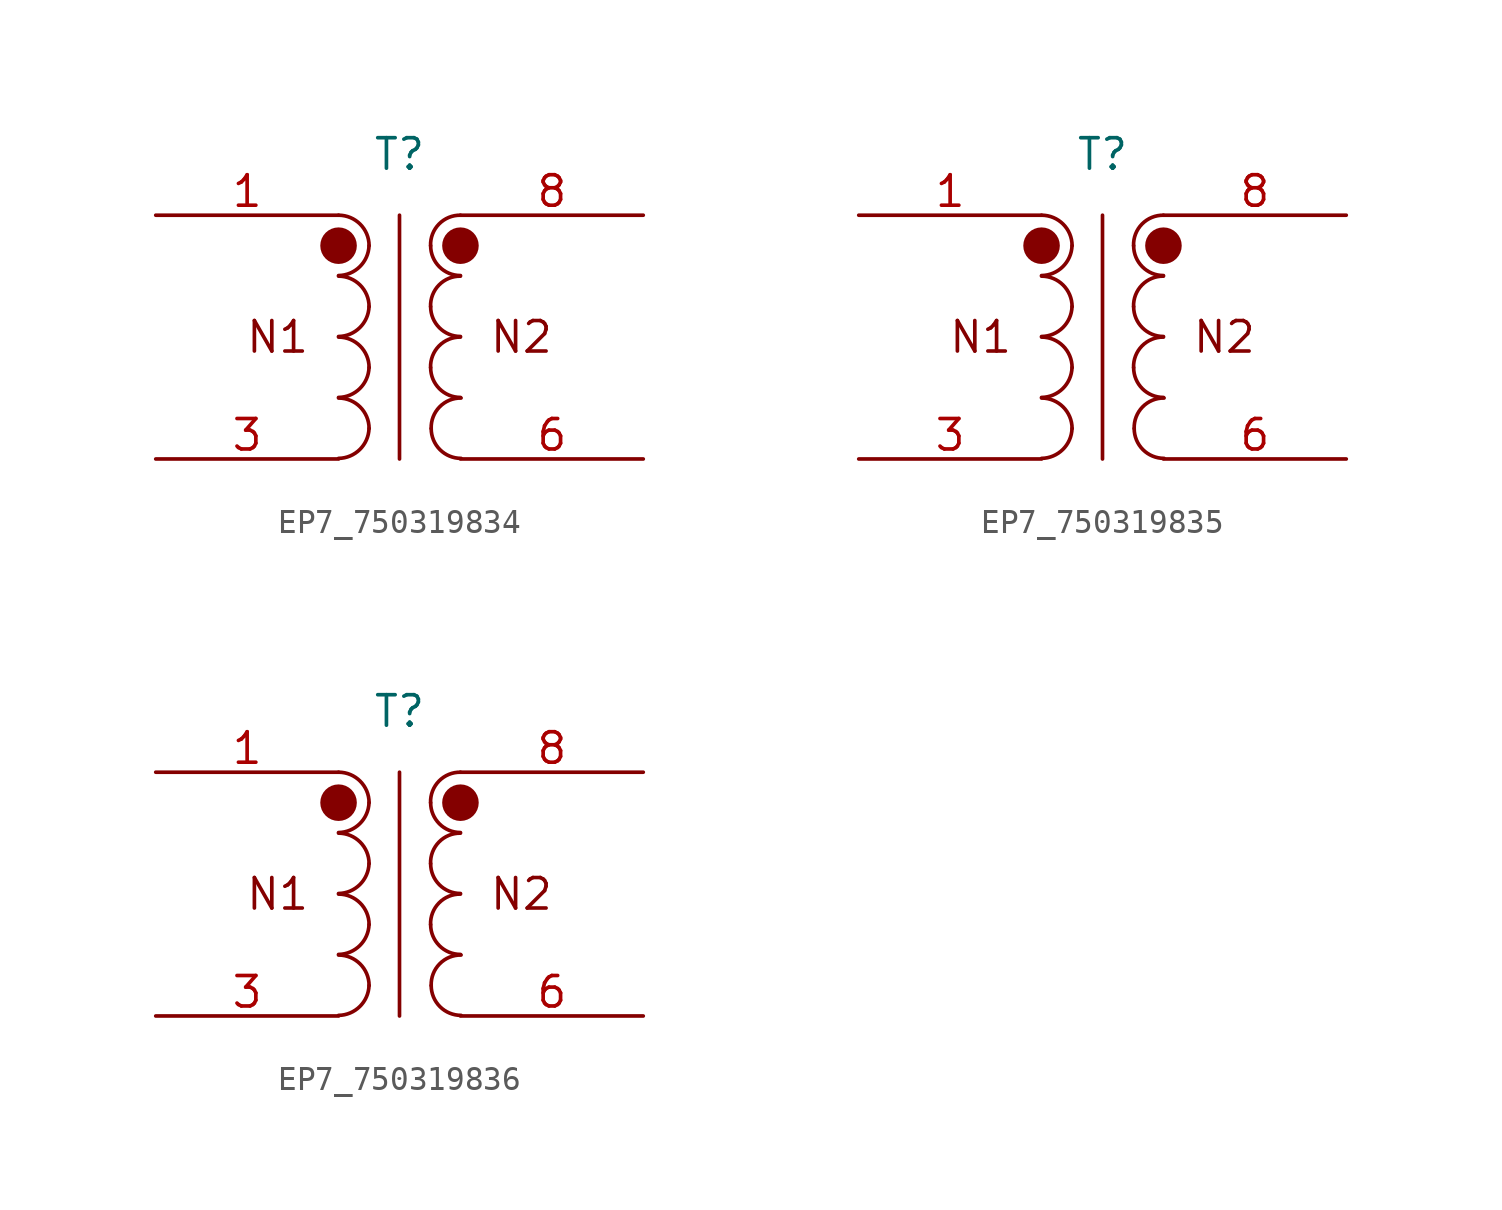
<source format=kicad_sym>
(kicad_symbol_lib
  (version 20220914)
  (generator kicad_symbol_editor)
  (symbol "EP7_750319834"
    (pin_names hide)
    (property "Reference" "T"
      (at 0 7.62 0)
      (effects (font (size 1.27 1.27))))
    (property "Critical Parameter" ""
      (at 0 -5.08 0)
      (effects (font (size 1.27 1.27))))
    (symbol "EP7_750319834_0_1"
      (arc (start -2.54 -5.0546) (mid -1.6599 -4.6901) (end -1.27 -3.81) (stroke (width 0) (type default)) (fill (type none)))
      (arc (start -2.54 -2.5146) (mid -1.6599 -2.1501) (end -1.27 -1.27) (stroke (width 0) (type default)) (fill (type none)))
      (arc (start -2.54 0.0254) (mid -1.6599 0.3899) (end -1.27 1.27) (stroke (width 0) (type default)) (fill (type none)))
      (arc (start -2.54 2.5654) (mid -1.6599 2.9299) (end -1.27 3.81) (stroke (width 0) (type default)) (fill (type none)))
      (arc (start -1.27 -3.81) (mid -1.642 -2.912) (end -2.54 -2.54) (stroke (width 0) (type default)) (fill (type none)))
      (arc (start -1.27 -1.27) (mid -1.642 -0.372) (end -2.54 0) (stroke (width 0) (type default)) (fill (type none)))
      (arc (start -1.27 1.27) (mid -1.642 2.168) (end -2.54 2.54) (stroke (width 0) (type default)) (fill (type none)))
      (arc (start -1.27 3.81) (mid -1.642 4.708) (end -2.54 5.08) (stroke (width 0) (type default)) (fill (type none)))
      (polyline (pts (xy 0 5.08) (xy 0 -5.08)) (stroke (width 0) (type default)) (fill (type none)))
      (arc (start 1.2954 -1.27) (mid 1.6599 -2.1501) (end 2.54 -2.5146) (stroke (width 0) (type default)) (fill (type none)))
      (arc (start 1.2954 1.27) (mid 1.6599 0.3899) (end 2.54 0.0254) (stroke (width 0) (type default)) (fill (type none)))
      (arc (start 1.2954 3.81) (mid 1.6599 2.9299) (end 2.54 2.5654) (stroke (width 0) (type default)) (fill (type none)))
      (arc (start 1.3208 -3.81) (mid 1.6853 -4.6901) (end 2.5654 -5.0546) (stroke (width 0) (type default)) (fill (type none)))
      (arc (start 2.54 0) (mid 1.642 -0.372) (end 1.2954 -1.27) (stroke (width 0) (type default)) (fill (type none)))
      (arc (start 2.54 2.54) (mid 1.642 2.168) (end 1.2954 1.27) (stroke (width 0) (type default)) (fill (type none)))
      (arc (start 2.54 5.08) (mid 1.642 4.708) (end 1.2954 3.81) (stroke (width 0) (type default)) (fill (type none)))
      (arc (start 2.5654 -2.54) (mid 1.6674 -2.912) (end 1.3208 -3.81) (stroke (width 0) (type default)) (fill (type none))))
    (symbol "EP7_750319834_1_1"
      (circle (center -2.54 3.81) (radius 0.0001) (stroke (width 0.762) (type default)) (fill (type none)))
      (circle (center 2.54 3.81) (radius 0.0001) (stroke (width 0.762) (type default)) (fill (type none)))
      (text "N1" (at -5.08 0 0) (effects (font (size 1.27 1.27))))
      (text "N2" (at 5.08 0 0) (effects (font (size 1.27 1.27))))
      (pin passive line (at -10.16 5.08 0) (length 7.62) (name "1" (effects (font (size 1.27 1.27)))) (number "1" (effects (font (size 1.27 1.27)))))
      (pin passive line (at -10.16 -5.08 0) (length 7.62) (name "3" (effects (font (size 1.27 1.27)))) (number "3" (effects (font (size 1.27 1.27)))))
      (pin passive line (at 10.16 -5.08 180) (length 7.62) (name "6" (effects (font (size 1.27 1.27)))) (number "6" (effects (font (size 1.27 1.27)))))
      (pin passive line (at 10.16 5.08 180) (length 7.62) (name "8" (effects (font (size 1.27 1.27)))) (number "8" (effects (font (size 1.27 1.27)))))))
  (symbol "EP7_750319835"
    (pin_names hide)
    (property "Reference" "T"
      (at 0 7.62 0)
      (effects (font (size 1.27 1.27))))
    (property "Critical Parameter" ""
      (at 0 -5.08 0)
      (effects (font (size 1.27 1.27))))
    (symbol "EP7_750319835_0_1"
      (arc (start -2.54 -5.0546) (mid -1.6599 -4.6901) (end -1.27 -3.81) (stroke (width 0) (type default)) (fill (type none)))
      (arc (start -2.54 -2.5146) (mid -1.6599 -2.1501) (end -1.27 -1.27) (stroke (width 0) (type default)) (fill (type none)))
      (arc (start -2.54 0.0254) (mid -1.6599 0.3899) (end -1.27 1.27) (stroke (width 0) (type default)) (fill (type none)))
      (arc (start -2.54 2.5654) (mid -1.6599 2.9299) (end -1.27 3.81) (stroke (width 0) (type default)) (fill (type none)))
      (arc (start -1.27 -3.81) (mid -1.642 -2.912) (end -2.54 -2.54) (stroke (width 0) (type default)) (fill (type none)))
      (arc (start -1.27 -1.27) (mid -1.642 -0.372) (end -2.54 0) (stroke (width 0) (type default)) (fill (type none)))
      (arc (start -1.27 1.27) (mid -1.642 2.168) (end -2.54 2.54) (stroke (width 0) (type default)) (fill (type none)))
      (arc (start -1.27 3.81) (mid -1.642 4.708) (end -2.54 5.08) (stroke (width 0) (type default)) (fill (type none)))
      (polyline (pts (xy 0 5.08) (xy 0 -5.08)) (stroke (width 0) (type default)) (fill (type none)))
      (arc (start 1.2954 -1.27) (mid 1.6599 -2.1501) (end 2.54 -2.5146) (stroke (width 0) (type default)) (fill (type none)))
      (arc (start 1.2954 1.27) (mid 1.6599 0.3899) (end 2.54 0.0254) (stroke (width 0) (type default)) (fill (type none)))
      (arc (start 1.2954 3.81) (mid 1.6599 2.9299) (end 2.54 2.5654) (stroke (width 0) (type default)) (fill (type none)))
      (arc (start 1.3208 -3.81) (mid 1.6853 -4.6901) (end 2.5654 -5.0546) (stroke (width 0) (type default)) (fill (type none)))
      (arc (start 2.54 0) (mid 1.642 -0.372) (end 1.2954 -1.27) (stroke (width 0) (type default)) (fill (type none)))
      (arc (start 2.54 2.54) (mid 1.642 2.168) (end 1.2954 1.27) (stroke (width 0) (type default)) (fill (type none)))
      (arc (start 2.54 5.08) (mid 1.642 4.708) (end 1.2954 3.81) (stroke (width 0) (type default)) (fill (type none)))
      (arc (start 2.5654 -2.54) (mid 1.6674 -2.912) (end 1.3208 -3.81) (stroke (width 0) (type default)) (fill (type none))))
    (symbol "EP7_750319835_1_1"
      (circle (center -2.54 3.81) (radius 0.0001) (stroke (width 0.762) (type default)) (fill (type none)))
      (circle (center 2.54 3.81) (radius 0.0001) (stroke (width 0.762) (type default)) (fill (type none)))
      (text "N1" (at -5.08 0 0) (effects (font (size 1.27 1.27))))
      (text "N2" (at 5.08 0 0) (effects (font (size 1.27 1.27))))
      (pin passive line (at -10.16 5.08 0) (length 7.62) (name "1" (effects (font (size 1.27 1.27)))) (number "1" (effects (font (size 1.27 1.27)))))
      (pin passive line (at -10.16 -5.08 0) (length 7.62) (name "3" (effects (font (size 1.27 1.27)))) (number "3" (effects (font (size 1.27 1.27)))))
      (pin passive line (at 10.16 -5.08 180) (length 7.62) (name "6" (effects (font (size 1.27 1.27)))) (number "6" (effects (font (size 1.27 1.27)))))
      (pin passive line (at 10.16 5.08 180) (length 7.62) (name "8" (effects (font (size 1.27 1.27)))) (number "8" (effects (font (size 1.27 1.27)))))))
  (symbol "EP7_750319836"
    (pin_names hide)
    (property "Reference" "T"
      (at 0 7.62 0)
      (effects (font (size 1.27 1.27))))
    (property "Critical Parameter" ""
      (at 0 -5.08 0)
      (effects (font (size 1.27 1.27))))
    (symbol "EP7_750319836_0_1"
      (arc (start -2.54 -5.0546) (mid -1.6599 -4.6901) (end -1.27 -3.81) (stroke (width 0) (type default)) (fill (type none)))
      (arc (start -2.54 -2.5146) (mid -1.6599 -2.1501) (end -1.27 -1.27) (stroke (width 0) (type default)) (fill (type none)))
      (arc (start -2.54 0.0254) (mid -1.6599 0.3899) (end -1.27 1.27) (stroke (width 0) (type default)) (fill (type none)))
      (arc (start -2.54 2.5654) (mid -1.6599 2.9299) (end -1.27 3.81) (stroke (width 0) (type default)) (fill (type none)))
      (arc (start -1.27 -3.81) (mid -1.642 -2.912) (end -2.54 -2.54) (stroke (width 0) (type default)) (fill (type none)))
      (arc (start -1.27 -1.27) (mid -1.642 -0.372) (end -2.54 0) (stroke (width 0) (type default)) (fill (type none)))
      (arc (start -1.27 1.27) (mid -1.642 2.168) (end -2.54 2.54) (stroke (width 0) (type default)) (fill (type none)))
      (arc (start -1.27 3.81) (mid -1.642 4.708) (end -2.54 5.08) (stroke (width 0) (type default)) (fill (type none)))
      (polyline (pts (xy 0 5.08) (xy 0 -5.08)) (stroke (width 0) (type default)) (fill (type none)))
      (arc (start 1.2954 -1.27) (mid 1.6599 -2.1501) (end 2.54 -2.5146) (stroke (width 0) (type default)) (fill (type none)))
      (arc (start 1.2954 1.27) (mid 1.6599 0.3899) (end 2.54 0.0254) (stroke (width 0) (type default)) (fill (type none)))
      (arc (start 1.2954 3.81) (mid 1.6599 2.9299) (end 2.54 2.5654) (stroke (width 0) (type default)) (fill (type none)))
      (arc (start 1.3208 -3.81) (mid 1.6853 -4.6901) (end 2.5654 -5.0546) (stroke (width 0) (type default)) (fill (type none)))
      (arc (start 2.54 0) (mid 1.642 -0.372) (end 1.2954 -1.27) (stroke (width 0) (type default)) (fill (type none)))
      (arc (start 2.54 2.54) (mid 1.642 2.168) (end 1.2954 1.27) (stroke (width 0) (type default)) (fill (type none)))
      (arc (start 2.54 5.08) (mid 1.642 4.708) (end 1.2954 3.81) (stroke (width 0) (type default)) (fill (type none)))
      (arc (start 2.5654 -2.54) (mid 1.6674 -2.912) (end 1.3208 -3.81) (stroke (width 0) (type default)) (fill (type none))))
    (symbol "EP7_750319836_1_1"
      (circle (center -2.54 3.81) (radius 0.0001) (stroke (width 0.762) (type default)) (fill (type none)))
      (circle (center 2.54 3.81) (radius 0.0001) (stroke (width 0.762) (type default)) (fill (type none)))
      (text "N1" (at -5.08 0 0) (effects (font (size 1.27 1.27))))
      (text "N2" (at 5.08 0 0) (effects (font (size 1.27 1.27))))
      (pin passive line (at -10.16 5.08 0) (length 7.62) (name "1" (effects (font (size 1.27 1.27)))) (number "1" (effects (font (size 1.27 1.27)))))
      (pin passive line (at -10.16 -5.08 0) (length 7.62) (name "3" (effects (font (size 1.27 1.27)))) (number "3" (effects (font (size 1.27 1.27)))))
      (pin passive line (at 10.16 -5.08 180) (length 7.62) (name "6" (effects (font (size 1.27 1.27)))) (number "6" (effects (font (size 1.27 1.27)))))
      (pin passive line (at 10.16 5.08 180) (length 7.62) (name "8" (effects (font (size 1.27 1.27)))) (number "8" (effects (font (size 1.27 1.27))))))))
</source>
